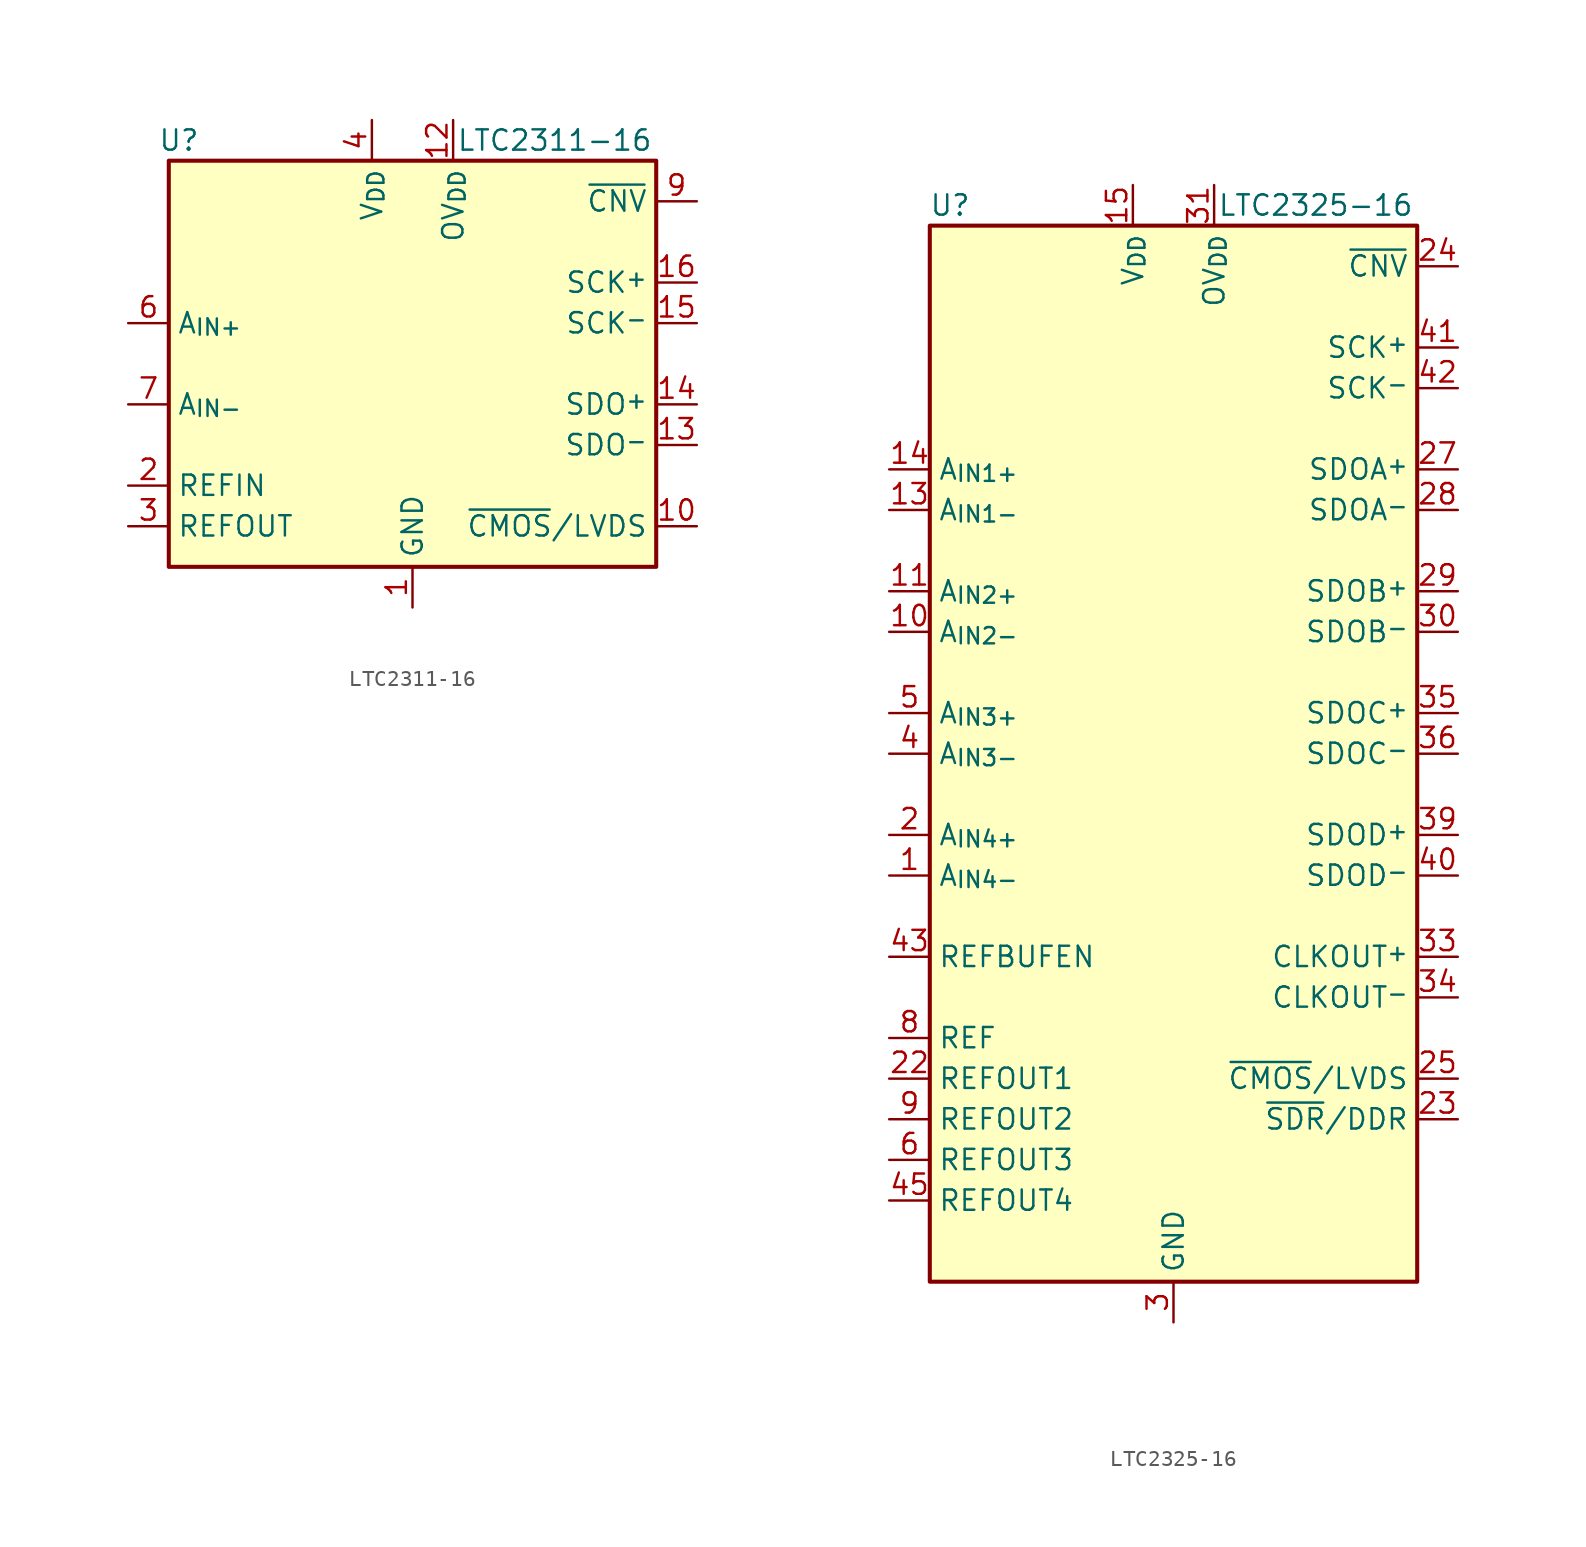
<source format=kicad_sym>
(kicad_symbol_lib
  (version 20241209)
  (generator "kicad_symbol_editor")
  (generator_version "9.0")
  (symbol "LTC2311-16"
    (property "Reference" "U"
      (at -14.605 13.97 0)
      (effects (font (size 1.27 1.27))))
    (property "Value" "LTC2311-16"
      (at 8.89 13.97 0)
      (effects (font (size 1.27 1.27))))
    (symbol "LTC2311-16_0_1"
      (rectangle (start -15.24 12.7) (end 15.24 -12.7) (stroke (width 0.254) (type default)) (fill (type background))))
    (symbol "LTC2311-16_1_1"
      (pin input line (at -17.78 2.54 0) (length 2.54) (name "A_{IN+}" (effects (font (size 1.27 1.27)))) (number "6" (effects (font (size 1.27 1.27)))))
      (pin input line (at -17.78 -2.54 0) (length 2.54) (name "A_{IN-}" (effects (font (size 1.27 1.27)))) (number "7" (effects (font (size 1.27 1.27)))))
      (pin passive line (at -17.78 -7.62 0) (length 2.54) (name "REFIN" (effects (font (size 1.27 1.27)))) (number "2" (effects (font (size 1.27 1.27)))))
      (pin passive line (at -17.78 -10.16 0) (length 2.54) (name "REFOUT" (effects (font (size 1.27 1.27)))) (number "3" (effects (font (size 1.27 1.27)))))
      (pin power_in line (at -2.54 15.24 270) (length 2.54) (name "V_{DD}" (effects (font (size 1.27 1.27)))) (number "4" (effects (font (size 1.27 1.27)))))
      (pin power_in line (at 0 -15.24 90) (length 2.54) (name "GND" (effects (font (size 1.27 1.27)))) (number "1" (effects (font (size 1.27 1.27)))))
      (pin passive line (at 0 -15.24 90) (length 2.54) (hide yes) (name "GND" (effects (font (size 1.27 1.27)))) (number "11" (effects (font (size 1.27 1.27)))))
      (pin passive line (at 0 -15.24 90) (length 2.54) (hide yes) (name "GND" (effects (font (size 1.27 1.27)))) (number "17" (effects (font (size 1.27 1.27)))))
      (pin passive line (at 0 -15.24 90) (length 2.54) (hide yes) (name "GND" (effects (font (size 1.27 1.27)))) (number "5" (effects (font (size 1.27 1.27)))))
      (pin passive line (at 0 -15.24 90) (length 2.54) (hide yes) (name "GND" (effects (font (size 1.27 1.27)))) (number "8" (effects (font (size 1.27 1.27)))))
      (pin power_in line (at 2.54 15.24 270) (length 2.54) (name "OV_{DD}" (effects (font (size 1.27 1.27)))) (number "12" (effects (font (size 1.27 1.27)))))
      (pin input line (at 17.78 10.16 180) (length 2.54) (name "~{CNV}" (effects (font (size 1.27 1.27)))) (number "9" (effects (font (size 1.27 1.27)))))
      (pin input line (at 17.78 5.08 180) (length 2.54) (name "SCK^{+}" (effects (font (size 1.27 1.27)))) (number "16" (effects (font (size 1.27 1.27)))))
      (pin input line (at 17.78 2.54 180) (length 2.54) (name "SCK^{-}" (effects (font (size 1.27 1.27)))) (number "15" (effects (font (size 1.27 1.27)))))
      (pin tri_state line (at 17.78 -2.54 180) (length 2.54) (name "SDO^{+}" (effects (font (size 1.27 1.27)))) (number "14" (effects (font (size 1.27 1.27)))))
      (pin tri_state line (at 17.78 -5.08 180) (length 2.54) (name "SDO^{-}" (effects (font (size 1.27 1.27)))) (number "13" (effects (font (size 1.27 1.27)))))
      (pin input line (at 17.78 -10.16 180) (length 2.54) (name "~{CMOS}/LVDS" (effects (font (size 1.27 1.27)))) (number "10" (effects (font (size 1.27 1.27)))))))
  (symbol "LTC2325-16"
    (property "Reference" "U"
      (at -13.97 34.29 0)
      (effects (font (size 1.27 1.27))))
    (property "Value" "LTC2325-16"
      (at 8.89 34.29 0)
      (effects (font (size 1.27 1.27))))
    (symbol "LTC2325-16_0_1"
      (rectangle (start -15.24 33.02) (end 15.24 -33.02) (stroke (width 0.254) (type default)) (fill (type background))))
    (symbol "LTC2325-16_1_1"
      (pin input line (at -17.78 17.78 0) (length 2.54) (name "A_{IN1+}" (effects (font (size 1.27 1.27)))) (number "14" (effects (font (size 1.27 1.27)))))
      (pin input line (at -17.78 15.24 0) (length 2.54) (name "A_{IN1-}" (effects (font (size 1.27 1.27)))) (number "13" (effects (font (size 1.27 1.27)))))
      (pin input line (at -17.78 10.16 0) (length 2.54) (name "A_{IN2+}" (effects (font (size 1.27 1.27)))) (number "11" (effects (font (size 1.27 1.27)))))
      (pin input line (at -17.78 7.62 0) (length 2.54) (name "A_{IN2-}" (effects (font (size 1.27 1.27)))) (number "10" (effects (font (size 1.27 1.27)))))
      (pin input line (at -17.78 2.54 0) (length 2.54) (name "A_{IN3+}" (effects (font (size 1.27 1.27)))) (number "5" (effects (font (size 1.27 1.27)))))
      (pin input line (at -17.78 0 0) (length 2.54) (name "A_{IN3-}" (effects (font (size 1.27 1.27)))) (number "4" (effects (font (size 1.27 1.27)))))
      (pin input line (at -17.78 -5.08 0) (length 2.54) (name "A_{IN4+}" (effects (font (size 1.27 1.27)))) (number "2" (effects (font (size 1.27 1.27)))))
      (pin input line (at -17.78 -7.62 0) (length 2.54) (name "A_{IN4-}" (effects (font (size 1.27 1.27)))) (number "1" (effects (font (size 1.27 1.27)))))
      (pin input line (at -17.78 -12.7 0) (length 2.54) (name "REFBUFEN" (effects (font (size 1.27 1.27)))) (number "43" (effects (font (size 1.27 1.27)))))
      (pin passive line (at -17.78 -17.78 0) (length 2.54) (name "REF" (effects (font (size 1.27 1.27)))) (number "8" (effects (font (size 1.27 1.27)))))
      (pin passive line (at -17.78 -20.32 0) (length 2.54) (name "REFOUT1" (effects (font (size 1.27 1.27)))) (number "22" (effects (font (size 1.27 1.27)))))
      (pin passive line (at -17.78 -22.86 0) (length 2.54) (name "REFOUT2" (effects (font (size 1.27 1.27)))) (number "9" (effects (font (size 1.27 1.27)))))
      (pin passive line (at -17.78 -25.4 0) (length 2.54) (name "REFOUT3" (effects (font (size 1.27 1.27)))) (number "6" (effects (font (size 1.27 1.27)))))
      (pin passive line (at -17.78 -27.94 0) (length 2.54) (name "REFOUT4" (effects (font (size 1.27 1.27)))) (number "45" (effects (font (size 1.27 1.27)))))
      (pin no_connect line (at -12.7 -33.02 90) (length 2.54) (hide yes) (name "NC" (effects (font (size 1.27 1.27)))) (number "16" (effects (font (size 1.27 1.27)))))
      (pin no_connect line (at -10.16 -33.02 90) (length 2.54) (hide yes) (name "NC" (effects (font (size 1.27 1.27)))) (number "17" (effects (font (size 1.27 1.27)))))
      (pin no_connect line (at -7.62 -33.02 90) (length 2.54) (hide yes) (name "NC" (effects (font (size 1.27 1.27)))) (number "19" (effects (font (size 1.27 1.27)))))
      (pin no_connect line (at -5.08 -33.02 90) (length 2.54) (hide yes) (name "NC" (effects (font (size 1.27 1.27)))) (number "20" (effects (font (size 1.27 1.27)))))
      (pin power_in line (at -2.54 35.56 270) (length 2.54) (name "V_{DD}" (effects (font (size 1.27 1.27)))) (number "15" (effects (font (size 1.27 1.27)))))
      (pin passive line (at -2.54 35.56 270) (length 2.54) (hide yes) (name "V_{DD}" (effects (font (size 1.27 1.27)))) (number "21" (effects (font (size 1.27 1.27)))))
      (pin passive line (at -2.54 35.56 270) (length 2.54) (hide yes) (name "V_{DD}" (effects (font (size 1.27 1.27)))) (number "44" (effects (font (size 1.27 1.27)))))
      (pin passive line (at -2.54 35.56 270) (length 2.54) (hide yes) (name "V_{DD}" (effects (font (size 1.27 1.27)))) (number "52" (effects (font (size 1.27 1.27)))))
      (pin passive line (at 0 -35.56 90) (length 2.54) (hide yes) (name "GND" (effects (font (size 1.27 1.27)))) (number "12" (effects (font (size 1.27 1.27)))))
      (pin passive line (at 0 -35.56 90) (length 2.54) (hide yes) (name "GND" (effects (font (size 1.27 1.27)))) (number "18" (effects (font (size 1.27 1.27)))))
      (pin passive line (at 0 -35.56 90) (length 2.54) (hide yes) (name "GND" (effects (font (size 1.27 1.27)))) (number "26" (effects (font (size 1.27 1.27)))))
      (pin power_in line (at 0 -35.56 90) (length 2.54) (name "GND" (effects (font (size 1.27 1.27)))) (number "3" (effects (font (size 1.27 1.27)))))
      (pin passive line (at 0 -35.56 90) (length 2.54) (hide yes) (name "GND" (effects (font (size 1.27 1.27)))) (number "32" (effects (font (size 1.27 1.27)))))
      (pin passive line (at 0 -35.56 90) (length 2.54) (hide yes) (name "GND" (effects (font (size 1.27 1.27)))) (number "38" (effects (font (size 1.27 1.27)))))
      (pin passive line (at 0 -35.56 90) (length 2.54) (hide yes) (name "GND" (effects (font (size 1.27 1.27)))) (number "46" (effects (font (size 1.27 1.27)))))
      (pin passive line (at 0 -35.56 90) (length 2.54) (hide yes) (name "GND" (effects (font (size 1.27 1.27)))) (number "49" (effects (font (size 1.27 1.27)))))
      (pin passive line (at 0 -35.56 90) (length 2.54) (hide yes) (name "GND" (effects (font (size 1.27 1.27)))) (number "53" (effects (font (size 1.27 1.27)))))
      (pin passive line (at 0 -35.56 90) (length 2.54) (hide yes) (name "GND" (effects (font (size 1.27 1.27)))) (number "7" (effects (font (size 1.27 1.27)))))
      (pin power_in line (at 2.54 35.56 270) (length 2.54) (name "OV_{DD}" (effects (font (size 1.27 1.27)))) (number "31" (effects (font (size 1.27 1.27)))))
      (pin passive line (at 2.54 35.56 270) (length 2.54) (hide yes) (name "OV_{DD}" (effects (font (size 1.27 1.27)))) (number "37" (effects (font (size 1.27 1.27)))))
      (pin no_connect line (at 5.08 -33.02 90) (length 2.54) (hide yes) (name "NC" (effects (font (size 1.27 1.27)))) (number "47" (effects (font (size 1.27 1.27)))))
      (pin no_connect line (at 7.62 -33.02 90) (length 2.54) (hide yes) (name "NC" (effects (font (size 1.27 1.27)))) (number "48" (effects (font (size 1.27 1.27)))))
      (pin no_connect line (at 10.16 -33.02 90) (length 2.54) (hide yes) (name "NC" (effects (font (size 1.27 1.27)))) (number "50" (effects (font (size 1.27 1.27)))))
      (pin no_connect line (at 12.7 -33.02 90) (length 2.54) (hide yes) (name "NC" (effects (font (size 1.27 1.27)))) (number "51" (effects (font (size 1.27 1.27)))))
      (pin input line (at 17.78 30.48 180) (length 2.54) (name "~{CNV}" (effects (font (size 1.27 1.27)))) (number "24" (effects (font (size 1.27 1.27)))))
      (pin input line (at 17.78 25.4 180) (length 2.54) (name "SCK^{+}" (effects (font (size 1.27 1.27)))) (number "41" (effects (font (size 1.27 1.27)))) (alternate "SCK" input line))
      (pin input line (at 17.78 22.86 180) (length 2.54) (name "SCK^{-}" (effects (font (size 1.27 1.27)))) (number "42" (effects (font (size 1.27 1.27)))) (alternate "DNC" no_connect line))
      (pin output line (at 17.78 17.78 180) (length 2.54) (name "SDOA^{+}" (effects (font (size 1.27 1.27)))) (number "27" (effects (font (size 1.27 1.27)))) (alternate "SDOA" tri_state line))
      (pin output line (at 17.78 15.24 180) (length 2.54) (name "SDOA^{-}" (effects (font (size 1.27 1.27)))) (number "28" (effects (font (size 1.27 1.27)))) (alternate "DNC" no_connect line))
      (pin output line (at 17.78 10.16 180) (length 2.54) (name "SDOB^{+}" (effects (font (size 1.27 1.27)))) (number "29" (effects (font (size 1.27 1.27)))) (alternate "SDOB" tri_state line))
      (pin output line (at 17.78 7.62 180) (length 2.54) (name "SDOB^{-}" (effects (font (size 1.27 1.27)))) (number "30" (effects (font (size 1.27 1.27)))) (alternate "DNC" no_connect line))
      (pin output line (at 17.78 2.54 180) (length 2.54) (name "SDOC^{+}" (effects (font (size 1.27 1.27)))) (number "35" (effects (font (size 1.27 1.27)))) (alternate "SDOC" tri_state line))
      (pin output line (at 17.78 0 180) (length 2.54) (name "SDOC^{-}" (effects (font (size 1.27 1.27)))) (number "36" (effects (font (size 1.27 1.27)))) (alternate "DNC" no_connect line))
      (pin output line (at 17.78 -5.08 180) (length 2.54) (name "SDOD^{+}" (effects (font (size 1.27 1.27)))) (number "39" (effects (font (size 1.27 1.27)))) (alternate "SDOD" tri_state line))
      (pin output line (at 17.78 -7.62 180) (length 2.54) (name "SDOD^{-}" (effects (font (size 1.27 1.27)))) (number "40" (effects (font (size 1.27 1.27)))) (alternate "DNC" no_connect line))
      (pin output line (at 17.78 -12.7 180) (length 2.54) (name "CLKOUT^{+}" (effects (font (size 1.27 1.27)))) (number "33" (effects (font (size 1.27 1.27)))) (alternate "CLKOUT" tri_state line))
      (pin output line (at 17.78 -15.24 180) (length 2.54) (name "CLKOUT^{-}" (effects (font (size 1.27 1.27)))) (number "34" (effects (font (size 1.27 1.27)))) (alternate "~{CLKOUTEN}" input line))
      (pin input line (at 17.78 -20.32 180) (length 2.54) (name "~{CMOS}/LVDS" (effects (font (size 1.27 1.27)))) (number "25" (effects (font (size 1.27 1.27)))))
      (pin input line (at 17.78 -22.86 180) (length 2.54) (name "~{SDR}/DDR" (effects (font (size 1.27 1.27)))) (number "23" (effects (font (size 1.27 1.27))))))))
</source>
